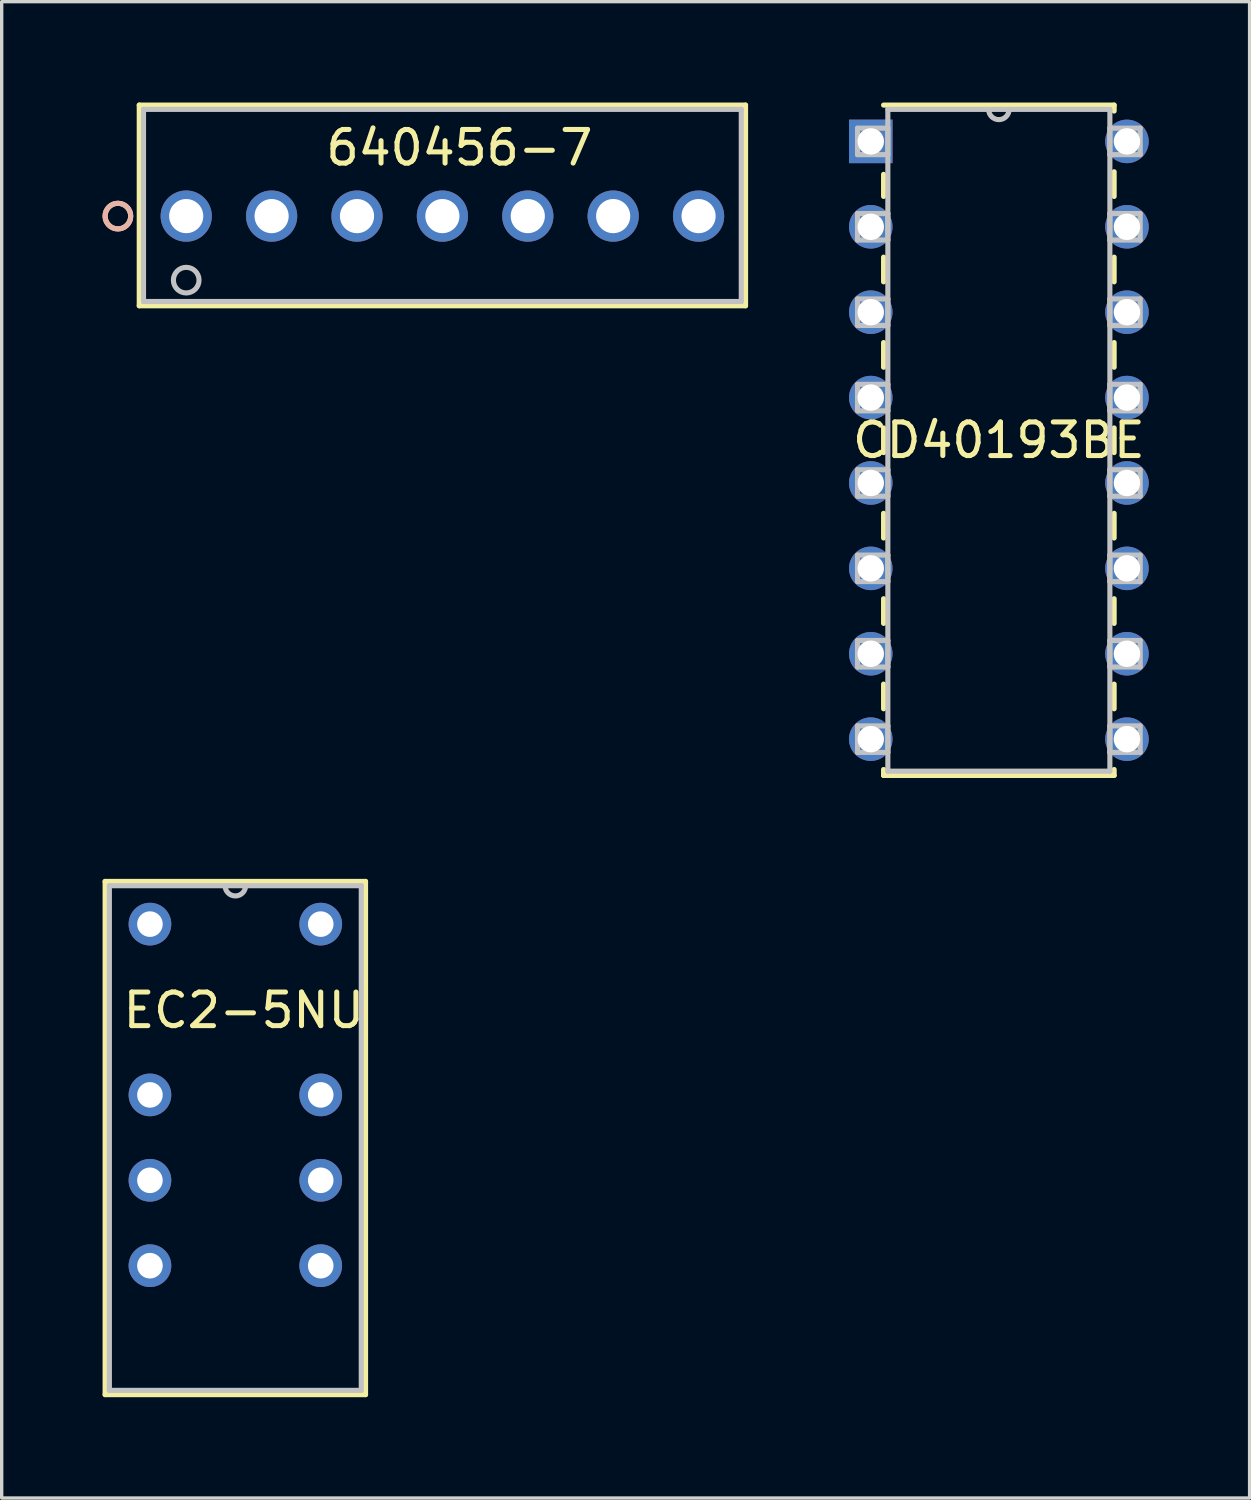
<source format=kicad_pcb>
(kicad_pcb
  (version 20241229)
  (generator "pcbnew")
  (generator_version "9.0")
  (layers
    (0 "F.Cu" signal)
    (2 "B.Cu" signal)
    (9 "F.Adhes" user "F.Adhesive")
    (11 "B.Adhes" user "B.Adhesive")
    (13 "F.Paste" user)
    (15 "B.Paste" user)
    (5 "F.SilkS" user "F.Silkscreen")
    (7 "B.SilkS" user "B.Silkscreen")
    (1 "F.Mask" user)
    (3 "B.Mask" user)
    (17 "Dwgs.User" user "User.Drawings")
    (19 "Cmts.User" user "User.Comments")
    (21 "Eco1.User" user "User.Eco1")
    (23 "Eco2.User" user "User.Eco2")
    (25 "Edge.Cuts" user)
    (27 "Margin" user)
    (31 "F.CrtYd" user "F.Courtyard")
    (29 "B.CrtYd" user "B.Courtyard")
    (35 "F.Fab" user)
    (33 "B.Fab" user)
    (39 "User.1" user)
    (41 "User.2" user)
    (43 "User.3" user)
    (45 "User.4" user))
  (footprint "EC2-5NU"
    (layer "F.Cu")
    (at 6.49 37.163)
    (property "Reference" "EC2-5NU" (at -2.286 -10.16 0) (layer "F.SilkS") (effects (font (size 1 1) (thickness 0.15))))
    (attr through_hole)
    (fp_line (start -6.413 -13.995) (end -6.413 1.27) (stroke (width 0.152) (type solid)) (layer "F.SilkS"))
    (fp_line (start -6.413 1.27) (end 1.333 1.27) (stroke (width 0.152) (type solid)) (layer "F.SilkS"))
    (fp_line (start 1.333 -13.995) (end -6.413 -13.995) (stroke (width 0.152) (type solid)) (layer "F.SilkS"))
    (fp_line (start 1.333 1.27) (end 1.333 -13.995) (stroke (width 0.152) (type solid)) (layer "F.SilkS"))
    (fp_line (start -6.287 -13.868) (end -6.287 1.143) (stroke (width 0.152) (type solid)) (layer "Dwgs.User"))
    (fp_line (start -6.287 1.143) (end 1.206 1.143) (stroke (width 0.152) (type solid)) (layer "Dwgs.User"))
    (fp_line (start 1.206 -13.868) (end -6.287 -13.868) (stroke (width 0.152) (type solid)) (layer "Dwgs.User"))
    (fp_line (start 1.206 1.143) (end 1.206 -13.868) (stroke (width 0.152) (type solid)) (layer "Dwgs.User"))
    (fp_arc (start -2.2352 -13.8684) (mid -2.54 -13.5636) (end -2.8448 -13.8684) (stroke (width 0.1524) (type solid)) (layer "Dwgs.User"))
    (pad "1" thru_hole circle (at -5.08 -12.725) (size 1.27 1.27) (drill 0.762) (layers "*.Cu" "*.Mask"))
    (pad "3" thru_hole circle (at -5.08 -7.645) (size 1.27 1.27) (drill 0.762) (layers "*.Cu" "*.Mask"))
    (pad "4" thru_hole circle (at -5.08 -5.105) (size 1.27 1.27) (drill 0.762) (layers "*.Cu" "*.Mask"))
    (pad "5" thru_hole circle (at -5.08 -2.565) (size 1.27 1.27) (drill 0.762) (layers "*.Cu" "*.Mask"))
    (pad "8" thru_hole circle (at 0 -2.565) (size 1.27 1.27) (drill 0.762) (layers "*.Cu" "*.Mask"))
    (pad "9" thru_hole circle (at 0 -5.105) (size 1.27 1.27) (drill 0.762) (layers "*.Cu" "*.Mask"))
    (pad "10" thru_hole circle (at 0 -7.645) (size 1.27 1.27) (drill 0.762) (layers "*.Cu" "*.Mask"))
    (pad "12" thru_hole circle (at 0 -12.725) (size 1.27 1.27) (drill 0.762) (layers "*.Cu" "*.Mask")))
  (footprint "640456-7"
    (layer "F.Cu")
    (at 17.729 3.378)
    (property "Reference" "640456-7" (at -7.112 -2.032 0) (layer "F.SilkS") (effects (font (size 1 1) (thickness 0.15))))
    (attr through_hole)
    (fp_line (start -16.637 -3.302) (end -16.637 2.667) (stroke (width 0.152) (type solid)) (layer "F.SilkS"))
    (fp_line (start -16.637 2.667) (end 1.397 2.667) (stroke (width 0.152) (type solid)) (layer "F.SilkS"))
    (fp_line (start 1.397 -3.302) (end -16.637 -3.302) (stroke (width 0.152) (type solid)) (layer "F.SilkS"))
    (fp_line (start 1.397 2.667) (end 1.397 -3.302) (stroke (width 0.152) (type solid)) (layer "F.SilkS"))
    (fp_circle (center -17.272 0) (end -16.891 0) (stroke (width 0.152) (type solid)) (fill no) (layer "F.SilkS"))
    (fp_circle (center -17.272 0) (end -16.891 0) (stroke (width 0.152) (type solid)) (fill no) (layer "B.SilkS"))
    (fp_line (start -16.51 -3.175) (end -16.51 2.54) (stroke (width 0.152) (type solid)) (layer "Dwgs.User"))
    (fp_line (start -16.51 2.54) (end 1.27 2.54) (stroke (width 0.152) (type solid)) (layer "Dwgs.User"))
    (fp_line (start 1.27 -3.175) (end -16.51 -3.175) (stroke (width 0.152) (type solid)) (layer "Dwgs.User"))
    (fp_line (start 1.27 2.54) (end 1.27 -3.175) (stroke (width 0.152) (type solid)) (layer "Dwgs.User"))
    (fp_circle (center -15.24 1.905) (end -14.859 1.905) (stroke (width 0.152) (type solid)) (fill no) (layer "Dwgs.User"))
    (pad "1" thru_hole circle (at -15.24 0) (size 1.524 1.524) (drill 1.016) (layers "*.Cu" "*.Mask"))
    (pad "2" thru_hole circle (at -12.7 0) (size 1.524 1.524) (drill 1.016) (layers "*.Cu" "*.Mask"))
    (pad "3" thru_hole circle (at -10.16 0) (size 1.524 1.524) (drill 1.016) (layers "*.Cu" "*.Mask"))
    (pad "4" thru_hole circle (at -7.62 0) (size 1.524 1.524) (drill 1.016) (layers "*.Cu" "*.Mask"))
    (pad "5" thru_hole circle (at -5.08 0) (size 1.524 1.524) (drill 1.016) (layers "*.Cu" "*.Mask"))
    (pad "6" thru_hole circle (at -2.54 0) (size 1.524 1.524) (drill 1.016) (layers "*.Cu" "*.Mask"))
    (pad "7" thru_hole circle (at 0 0) (size 1.524 1.524) (drill 1.016) (layers "*.Cu" "*.Mask")))
  (footprint "CD40193BE"
    (layer "F.Cu")
    (at 30.471 18.936)
    (property "Reference" "CD40193BE" (at -3.81 -8.89 0) (layer "F.SilkS") (effects (font (size 1 1) (thickness 0.15))))
    (attr through_hole)
    (fp_line (start -7.239 -16.8) (end -7.239 -16.143) (stroke (width 0.152) (type solid)) (layer "F.SilkS"))
    (fp_line (start -7.239 -14.337) (end -7.239 -13.603) (stroke (width 0.152) (type solid)) (layer "F.SilkS"))
    (fp_line (start -7.239 -11.797) (end -7.239 -11.063) (stroke (width 0.152) (type solid)) (layer "F.SilkS"))
    (fp_line (start -7.239 -9.257) (end -7.239 -8.523) (stroke (width 0.152) (type solid)) (layer "F.SilkS"))
    (fp_line (start -7.239 -6.717) (end -7.239 -5.983) (stroke (width 0.152) (type solid)) (layer "F.SilkS"))
    (fp_line (start -7.239 -4.177) (end -7.239 -3.443) (stroke (width 0.152) (type solid)) (layer "F.SilkS"))
    (fp_line (start -7.239 -1.637) (end -7.239 -0.903) (stroke (width 0.152) (type solid)) (layer "F.SilkS"))
    (fp_line (start -7.239 0.903) (end -7.239 1.079) (stroke (width 0.152) (type solid)) (layer "F.SilkS"))
    (fp_line (start -7.239 1.079) (end -0.381 1.079) (stroke (width 0.152) (type solid)) (layer "F.SilkS"))
    (fp_line (start -0.381 -18.86) (end -7.239 -18.86) (stroke (width 0.152) (type solid)) (layer "F.SilkS"))
    (fp_line (start -0.381 -18.683) (end -0.381 -18.86) (stroke (width 0.152) (type solid)) (layer "F.SilkS"))
    (fp_line (start -0.381 -16.143) (end -0.381 -16.877) (stroke (width 0.152) (type solid)) (layer "F.SilkS"))
    (fp_line (start -0.381 -13.603) (end -0.381 -14.337) (stroke (width 0.152) (type solid)) (layer "F.SilkS"))
    (fp_line (start -0.381 -11.063) (end -0.381 -11.797) (stroke (width 0.152) (type solid)) (layer "F.SilkS"))
    (fp_line (start -0.381 -8.523) (end -0.381 -9.257) (stroke (width 0.152) (type solid)) (layer "F.SilkS"))
    (fp_line (start -0.381 -5.983) (end -0.381 -6.717) (stroke (width 0.152) (type solid)) (layer "F.SilkS"))
    (fp_line (start -0.381 -3.443) (end -0.381 -4.177) (stroke (width 0.152) (type solid)) (layer "F.SilkS"))
    (fp_line (start -0.381 -0.903) (end -0.381 -1.637) (stroke (width 0.152) (type solid)) (layer "F.SilkS"))
    (fp_line (start -0.381 1.079) (end -0.381 0.903) (stroke (width 0.152) (type solid)) (layer "F.SilkS"))
    (fp_line (start -8.014 -18.174) (end -8.014 -17.386) (stroke (width 0.152) (type solid)) (layer "Dwgs.User"))
    (fp_line (start -8.014 -17.386) (end -7.112 -17.386) (stroke (width 0.152) (type solid)) (layer "Dwgs.User"))
    (fp_line (start -8.014 -15.634) (end -8.014 -14.846) (stroke (width 0.152) (type solid)) (layer "Dwgs.User"))
    (fp_line (start -8.014 -14.846) (end -7.112 -14.846) (stroke (width 0.152) (type solid)) (layer "Dwgs.User"))
    (fp_line (start -8.014 -13.094) (end -8.014 -12.306) (stroke (width 0.152) (type solid)) (layer "Dwgs.User"))
    (fp_line (start -8.014 -12.306) (end -7.112 -12.306) (stroke (width 0.152) (type solid)) (layer "Dwgs.User"))
    (fp_line (start -8.014 -10.554) (end -8.014 -9.766) (stroke (width 0.152) (type solid)) (layer "Dwgs.User"))
    (fp_line (start -8.014 -9.766) (end -7.112 -9.766) (stroke (width 0.152) (type solid)) (layer "Dwgs.User"))
    (fp_line (start -8.014 -8.014) (end -8.014 -7.226) (stroke (width 0.152) (type solid)) (layer "Dwgs.User"))
    (fp_line (start -8.014 -7.226) (end -7.112 -7.226) (stroke (width 0.152) (type solid)) (layer "Dwgs.User"))
    (fp_line (start -8.014 -5.474) (end -8.014 -4.686) (stroke (width 0.152) (type solid)) (layer "Dwgs.User"))
    (fp_line (start -8.014 -4.686) (end -7.112 -4.686) (stroke (width 0.152) (type solid)) (layer "Dwgs.User"))
    (fp_line (start -8.014 -2.934) (end -8.014 -2.146) (stroke (width 0.152) (type solid)) (layer "Dwgs.User"))
    (fp_line (start -8.014 -2.146) (end -7.112 -2.146) (stroke (width 0.152) (type solid)) (layer "Dwgs.User"))
    (fp_line (start -8.014 -0.394) (end -8.014 0.394) (stroke (width 0.152) (type solid)) (layer "Dwgs.User"))
    (fp_line (start -8.014 0.394) (end -7.112 0.394) (stroke (width 0.152) (type solid)) (layer "Dwgs.User"))
    (fp_line (start -7.112 -18.733) (end -7.112 0.953) (stroke (width 0.152) (type solid)) (layer "Dwgs.User"))
    (fp_line (start -7.112 -18.174) (end -8.014 -18.174) (stroke (width 0.152) (type solid)) (layer "Dwgs.User"))
    (fp_line (start -7.112 -17.386) (end -7.112 -18.174) (stroke (width 0.152) (type solid)) (layer "Dwgs.User"))
    (fp_line (start -7.112 -15.634) (end -8.014 -15.634) (stroke (width 0.152) (type solid)) (layer "Dwgs.User"))
    (fp_line (start -7.112 -14.846) (end -7.112 -15.634) (stroke (width 0.152) (type solid)) (layer "Dwgs.User"))
    (fp_line (start -7.112 -13.094) (end -8.014 -13.094) (stroke (width 0.152) (type solid)) (layer "Dwgs.User"))
    (fp_line (start -7.112 -12.306) (end -7.112 -13.094) (stroke (width 0.152) (type solid)) (layer "Dwgs.User"))
    (fp_line (start -7.112 -10.554) (end -8.014 -10.554) (stroke (width 0.152) (type solid)) (layer "Dwgs.User"))
    (fp_line (start -7.112 -9.766) (end -7.112 -10.554) (stroke (width 0.152) (type solid)) (layer "Dwgs.User"))
    (fp_line (start -7.112 -8.014) (end -8.014 -8.014) (stroke (width 0.152) (type solid)) (layer "Dwgs.User"))
    (fp_line (start -7.112 -7.226) (end -7.112 -8.014) (stroke (width 0.152) (type solid)) (layer "Dwgs.User"))
    (fp_line (start -7.112 -5.474) (end -8.014 -5.474) (stroke (width 0.152) (type solid)) (layer "Dwgs.User"))
    (fp_line (start -7.112 -4.686) (end -7.112 -5.474) (stroke (width 0.152) (type solid)) (layer "Dwgs.User"))
    (fp_line (start -7.112 -2.934) (end -8.014 -2.934) (stroke (width 0.152) (type solid)) (layer "Dwgs.User"))
    (fp_line (start -7.112 -2.146) (end -7.112 -2.934) (stroke (width 0.152) (type solid)) (layer "Dwgs.User"))
    (fp_line (start -7.112 -0.394) (end -8.014 -0.394) (stroke (width 0.152) (type solid)) (layer "Dwgs.User"))
    (fp_line (start -7.112 0.394) (end -7.112 -0.394) (stroke (width 0.152) (type solid)) (layer "Dwgs.User"))
    (fp_line (start -7.112 0.953) (end -0.508 0.953) (stroke (width 0.152) (type solid)) (layer "Dwgs.User"))
    (fp_line (start -0.508 -18.733) (end -7.112 -18.733) (stroke (width 0.152) (type solid)) (layer "Dwgs.User"))
    (fp_line (start -0.508 -18.174) (end -0.508 -17.386) (stroke (width 0.152) (type solid)) (layer "Dwgs.User"))
    (fp_line (start -0.508 -17.386) (end 0.394 -17.386) (stroke (width 0.152) (type solid)) (layer "Dwgs.User"))
    (fp_line (start -0.508 -15.634) (end -0.508 -14.846) (stroke (width 0.152) (type solid)) (layer "Dwgs.User"))
    (fp_line (start -0.508 -14.846) (end 0.394 -14.846) (stroke (width 0.152) (type solid)) (layer "Dwgs.User"))
    (fp_line (start -0.508 -13.094) (end -0.508 -12.306) (stroke (width 0.152) (type solid)) (layer "Dwgs.User"))
    (fp_line (start -0.508 -12.306) (end 0.394 -12.306) (stroke (width 0.152) (type solid)) (layer "Dwgs.User"))
    (fp_line (start -0.508 -10.554) (end -0.508 -9.766) (stroke (width 0.152) (type solid)) (layer "Dwgs.User"))
    (fp_line (start -0.508 -9.766) (end 0.394 -9.766) (stroke (width 0.152) (type solid)) (layer "Dwgs.User"))
    (fp_line (start -0.508 -8.014) (end -0.508 -7.226) (stroke (width 0.152) (type solid)) (layer "Dwgs.User"))
    (fp_line (start -0.508 -7.226) (end 0.394 -7.226) (stroke (width 0.152) (type solid)) (layer "Dwgs.User"))
    (fp_line (start -0.508 -5.474) (end -0.508 -4.686) (stroke (width 0.152) (type solid)) (layer "Dwgs.User"))
    (fp_line (start -0.508 -4.686) (end 0.394 -4.686) (stroke (width 0.152) (type solid)) (layer "Dwgs.User"))
    (fp_line (start -0.508 -2.934) (end -0.508 -2.146) (stroke (width 0.152) (type solid)) (layer "Dwgs.User"))
    (fp_line (start -0.508 -2.146) (end 0.394 -2.146) (stroke (width 0.152) (type solid)) (layer "Dwgs.User"))
    (fp_line (start -0.508 -0.394) (end -0.508 0.394) (stroke (width 0.152) (type solid)) (layer "Dwgs.User"))
    (fp_line (start -0.508 0.394) (end 0.394 0.394) (stroke (width 0.152) (type solid)) (layer "Dwgs.User"))
    (fp_line (start -0.508 0.953) (end -0.508 -18.733) (stroke (width 0.152) (type solid)) (layer "Dwgs.User"))
    (fp_line (start 0.394 -18.174) (end -0.508 -18.174) (stroke (width 0.152) (type solid)) (layer "Dwgs.User"))
    (fp_line (start 0.394 -17.386) (end 0.394 -18.174) (stroke (width 0.152) (type solid)) (layer "Dwgs.User"))
    (fp_line (start 0.394 -15.634) (end -0.508 -15.634) (stroke (width 0.152) (type solid)) (layer "Dwgs.User"))
    (fp_line (start 0.394 -14.846) (end 0.394 -15.634) (stroke (width 0.152) (type solid)) (layer "Dwgs.User"))
    (fp_line (start 0.394 -13.094) (end -0.508 -13.094) (stroke (width 0.152) (type solid)) (layer "Dwgs.User"))
    (fp_line (start 0.394 -12.306) (end 0.394 -13.094) (stroke (width 0.152) (type solid)) (layer "Dwgs.User"))
    (fp_line (start 0.394 -10.554) (end -0.508 -10.554) (stroke (width 0.152) (type solid)) (layer "Dwgs.User"))
    (fp_line (start 0.394 -9.766) (end 0.394 -10.554) (stroke (width 0.152) (type solid)) (layer "Dwgs.User"))
    (fp_line (start 0.394 -8.014) (end -0.508 -8.014) (stroke (width 0.152) (type solid)) (layer "Dwgs.User"))
    (fp_line (start 0.394 -7.226) (end 0.394 -8.014) (stroke (width 0.152) (type solid)) (layer "Dwgs.User"))
    (fp_line (start 0.394 -5.474) (end -0.508 -5.474) (stroke (width 0.152) (type solid)) (layer "Dwgs.User"))
    (fp_line (start 0.394 -4.686) (end 0.394 -5.474) (stroke (width 0.152) (type solid)) (layer "Dwgs.User"))
    (fp_line (start 0.394 -2.934) (end -0.508 -2.934) (stroke (width 0.152) (type solid)) (layer "Dwgs.User"))
    (fp_line (start 0.394 -2.146) (end 0.394 -2.934) (stroke (width 0.152) (type solid)) (layer "Dwgs.User"))
    (fp_line (start 0.394 -0.394) (end -0.508 -0.394) (stroke (width 0.152) (type solid)) (layer "Dwgs.User"))
    (fp_line (start 0.394 0.394) (end 0.394 -0.394) (stroke (width 0.152) (type solid)) (layer "Dwgs.User"))
    (fp_arc (start -3.5052 -18.7325) (mid -3.81 -18.4277) (end -4.1148 -18.7325) (stroke (width 0.1524) (type solid)) (layer "Dwgs.User"))
    (pad "1" thru_hole rect (at -7.62 -17.78) (size 1.295 1.295) (drill 0.787) (layers "*.Cu" "*.Mask"))
    (pad "2" thru_hole circle (at -7.62 -15.24) (size 1.295 1.295) (drill 0.787) (layers "*.Cu" "*.Mask"))
    (pad "3" thru_hole circle (at -7.62 -12.7) (size 1.295 1.295) (drill 0.787) (layers "*.Cu" "*.Mask"))
    (pad "4" thru_hole circle (at -7.62 -10.16) (size 1.295 1.295) (drill 0.787) (layers "*.Cu" "*.Mask"))
    (pad "5" thru_hole circle (at -7.62 -7.62) (size 1.295 1.295) (drill 0.787) (layers "*.Cu" "*.Mask"))
    (pad "6" thru_hole circle (at -7.62 -5.08) (size 1.295 1.295) (drill 0.787) (layers "*.Cu" "*.Mask"))
    (pad "7" thru_hole circle (at -7.62 -2.54) (size 1.295 1.295) (drill 0.787) (layers "*.Cu" "*.Mask"))
    (pad "8" thru_hole circle (at -7.62 0) (size 1.295 1.295) (drill 0.787) (layers "*.Cu" "*.Mask"))
    (pad "9" thru_hole circle (at 0 0) (size 1.295 1.295) (drill 0.787) (layers "*.Cu" "*.Mask"))
    (pad "10" thru_hole circle (at 0 -2.54) (size 1.295 1.295) (drill 0.787) (layers "*.Cu" "*.Mask"))
    (pad "11" thru_hole circle (at 0 -5.08) (size 1.295 1.295) (drill 0.787) (layers "*.Cu" "*.Mask"))
    (pad "12" thru_hole circle (at 0 -7.62) (size 1.295 1.295) (drill 0.787) (layers "*.Cu" "*.Mask"))
    (pad "13" thru_hole circle (at 0 -10.16) (size 1.295 1.295) (drill 0.787) (layers "*.Cu" "*.Mask"))
    (pad "14" thru_hole circle (at 0 -12.7) (size 1.295 1.295) (drill 0.787) (layers "*.Cu" "*.Mask"))
    (pad "15" thru_hole circle (at 0 -15.24) (size 1.295 1.295) (drill 0.787) (layers "*.Cu" "*.Mask"))
    (pad "16" thru_hole circle (at 0 -17.78) (size 1.295 1.295) (drill 0.787) (layers "*.Cu" "*.Mask")))
  (gr_rect
    (start -3 -3)
    (end 34.119 41.509)
    (stroke (width 0.1) (type default))
    (fill no)
    (layer "Edge.Cuts")))
</source>
